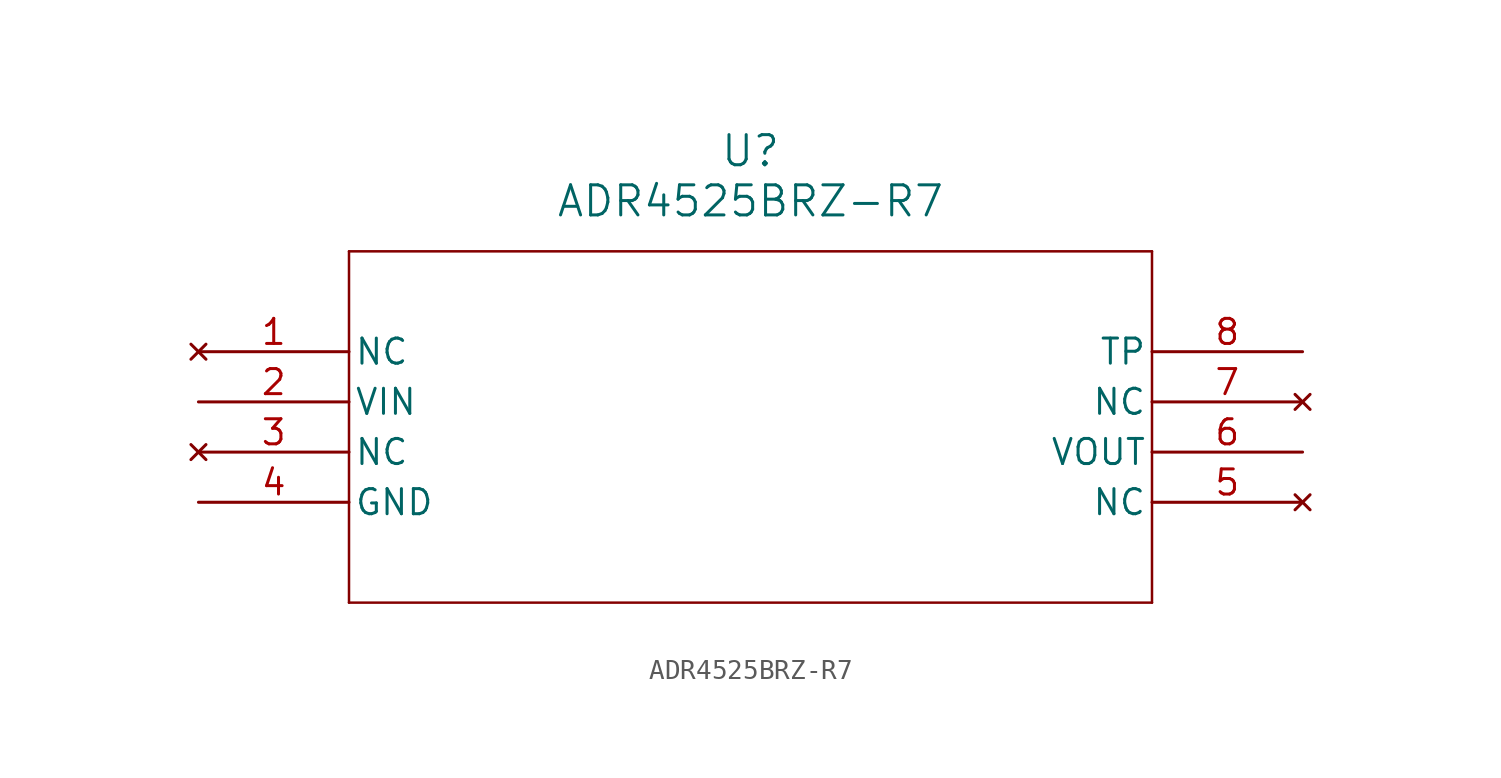
<source format=kicad_sym>
(kicad_symbol_lib
  (version 20211014)
  (generator kicad_symbol_editor)
  (symbol "ADR4525BRZ-R7"
    (pin_names
      (offset 0.254))
    (property "Reference" "U"
      (at 27.94 10.16 0)
      (effects (font (size 1.524 1.524))))
    (property "Value" "ADR4525BRZ-R7"
      (at 27.94 7.62 0)
      (effects (font (size 1.524 1.524))))
    (symbol "ADR4525BRZ-R7_0_1"
      (polyline (pts (xy 7.62 5.08) (xy 7.62 -12.7)) (stroke (width 0.127) (type default) (color 0 0 0 0)) (fill (type none)))
      (polyline (pts (xy 7.62 -12.7) (xy 48.26 -12.7)) (stroke (width 0.127) (type default) (color 0 0 0 0)) (fill (type none)))
      (polyline (pts (xy 48.26 -12.7) (xy 48.26 5.08)) (stroke (width 0.127) (type default) (color 0 0 0 0)) (fill (type none)))
      (polyline (pts (xy 48.26 5.08) (xy 7.62 5.08)) (stroke (width 0.127) (type default) (color 0 0 0 0)) (fill (type none)))
      (pin no_connect line (at 0 0 0) (length 7.62) (name "NC" (effects (font (size 1.27 1.27)))) (number "1" (effects (font (size 1.27 1.27)))))
      (pin input line (at 0 -2.54 0) (length 7.62) (name "VIN" (effects (font (size 1.27 1.27)))) (number "2" (effects (font (size 1.27 1.27)))))
      (pin no_connect line (at 0 -5.08 0) (length 7.62) (name "NC" (effects (font (size 1.27 1.27)))) (number "3" (effects (font (size 1.27 1.27)))))
      (pin power_in line (at 0 -7.62 0) (length 7.62) (name "GND" (effects (font (size 1.27 1.27)))) (number "4" (effects (font (size 1.27 1.27)))))
      (pin no_connect line (at 55.88 -7.62 180) (length 7.62) (name "NC" (effects (font (size 1.27 1.27)))) (number "5" (effects (font (size 1.27 1.27)))))
      (pin output line (at 55.88 -5.08 180) (length 7.62) (name "VOUT" (effects (font (size 1.27 1.27)))) (number "6" (effects (font (size 1.27 1.27)))))
      (pin no_connect line (at 55.88 -2.54 180) (length 7.62) (name "NC" (effects (font (size 1.27 1.27)))) (number "7" (effects (font (size 1.27 1.27)))))
      (pin unspecified line (at 55.88 0 180) (length 7.62) (name "TP" (effects (font (size 1.27 1.27)))) (number "8" (effects (font (size 1.27 1.27))))))))
</source>
